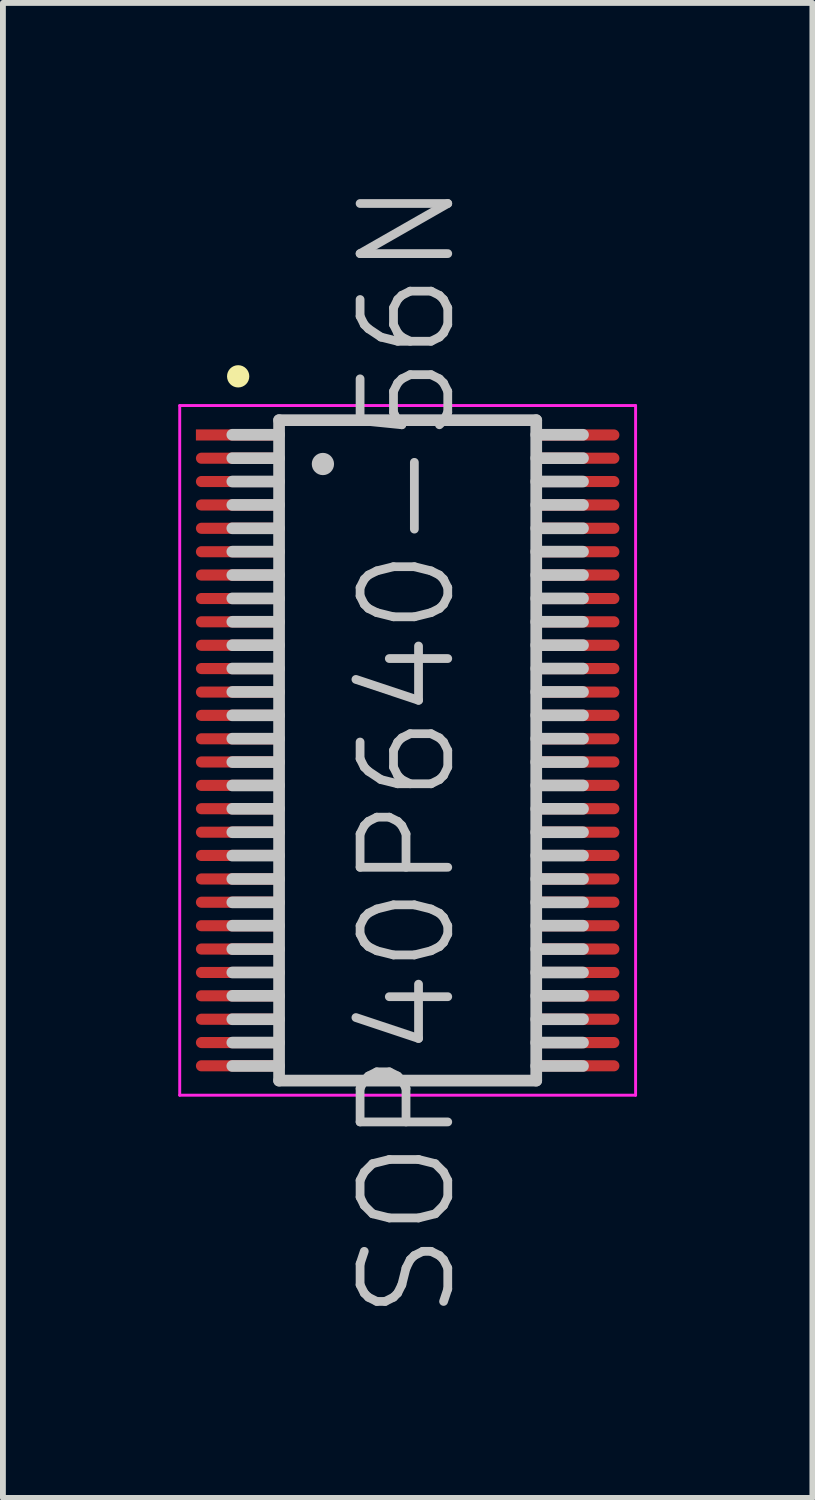
<source format=kicad_pcb>
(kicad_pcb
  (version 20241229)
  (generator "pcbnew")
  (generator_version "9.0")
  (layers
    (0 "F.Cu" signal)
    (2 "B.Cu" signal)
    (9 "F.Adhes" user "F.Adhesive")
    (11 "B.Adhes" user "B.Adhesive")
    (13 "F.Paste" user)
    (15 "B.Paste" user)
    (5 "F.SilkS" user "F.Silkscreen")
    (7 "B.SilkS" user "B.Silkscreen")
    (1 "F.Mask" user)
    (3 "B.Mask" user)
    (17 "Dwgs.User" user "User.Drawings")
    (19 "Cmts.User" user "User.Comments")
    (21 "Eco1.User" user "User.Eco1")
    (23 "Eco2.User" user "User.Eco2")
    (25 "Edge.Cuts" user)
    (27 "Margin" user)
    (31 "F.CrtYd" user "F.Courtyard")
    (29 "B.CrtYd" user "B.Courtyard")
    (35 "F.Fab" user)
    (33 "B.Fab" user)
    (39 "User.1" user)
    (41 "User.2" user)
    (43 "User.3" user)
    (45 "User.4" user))
  (footprint "SOP40P640-56N"
    (layer "F.Cu")
    (at 3.925 9.789)
    (property "Reference" "SOP40P640-56N" (at 0 0 90) (layer "Dwgs.User") (effects (font (size 1.5 1.5) (thickness 0.15))))
    (attr smd)
    (fp_line (start -2.9 -6.4) (end -2.9 -6.4) (stroke (width 0.381) (type solid)) (layer "F.SilkS"))
    (fp_line (start -2.2 -5.65) (end -2.2 5.65) (stroke (width 0.2) (type solid)) (layer "Dwgs.User"))
    (fp_line (start -2.2 -5.65) (end 2.2 -5.65) (stroke (width 0.2) (type solid)) (layer "Dwgs.User"))
    (fp_line (start -2.2 -5.4) (end -3 -5.4) (stroke (width 0.2) (type solid)) (layer "Dwgs.User"))
    (fp_line (start -2.2 -5) (end -3 -5) (stroke (width 0.2) (type solid)) (layer "Dwgs.User"))
    (fp_line (start -2.2 -4.6) (end -3 -4.6) (stroke (width 0.2) (type solid)) (layer "Dwgs.User"))
    (fp_line (start -2.2 -4.2) (end -3 -4.2) (stroke (width 0.2) (type solid)) (layer "Dwgs.User"))
    (fp_line (start -2.2 -3.8) (end -3 -3.8) (stroke (width 0.2) (type solid)) (layer "Dwgs.User"))
    (fp_line (start -2.2 -3.4) (end -3 -3.4) (stroke (width 0.2) (type solid)) (layer "Dwgs.User"))
    (fp_line (start -2.2 -3) (end -3 -3) (stroke (width 0.2) (type solid)) (layer "Dwgs.User"))
    (fp_line (start -2.2 -2.6) (end -3 -2.6) (stroke (width 0.2) (type solid)) (layer "Dwgs.User"))
    (fp_line (start -2.2 -2.2) (end -3 -2.2) (stroke (width 0.2) (type solid)) (layer "Dwgs.User"))
    (fp_line (start -2.2 -1.8) (end -3 -1.8) (stroke (width 0.2) (type solid)) (layer "Dwgs.User"))
    (fp_line (start -2.2 -1.4) (end -3 -1.4) (stroke (width 0.2) (type solid)) (layer "Dwgs.User"))
    (fp_line (start -2.2 -1) (end -3 -1) (stroke (width 0.2) (type solid)) (layer "Dwgs.User"))
    (fp_line (start -2.2 -0.6) (end -3 -0.6) (stroke (width 0.2) (type solid)) (layer "Dwgs.User"))
    (fp_line (start -2.2 -0.2) (end -3 -0.2) (stroke (width 0.2) (type solid)) (layer "Dwgs.User"))
    (fp_line (start -2.2 0.2) (end -3 0.2) (stroke (width 0.2) (type solid)) (layer "Dwgs.User"))
    (fp_line (start -2.2 0.6) (end -3 0.6) (stroke (width 0.2) (type solid)) (layer "Dwgs.User"))
    (fp_line (start -2.2 1) (end -3 1) (stroke (width 0.2) (type solid)) (layer "Dwgs.User"))
    (fp_line (start -2.2 1.4) (end -3 1.4) (stroke (width 0.2) (type solid)) (layer "Dwgs.User"))
    (fp_line (start -2.2 1.8) (end -3 1.8) (stroke (width 0.2) (type solid)) (layer "Dwgs.User"))
    (fp_line (start -2.2 2.2) (end -3 2.2) (stroke (width 0.2) (type solid)) (layer "Dwgs.User"))
    (fp_line (start -2.2 2.6) (end -3 2.6) (stroke (width 0.2) (type solid)) (layer "Dwgs.User"))
    (fp_line (start -2.2 3) (end -3 3) (stroke (width 0.2) (type solid)) (layer "Dwgs.User"))
    (fp_line (start -2.2 3.4) (end -3 3.4) (stroke (width 0.2) (type solid)) (layer "Dwgs.User"))
    (fp_line (start -2.2 3.8) (end -3 3.8) (stroke (width 0.2) (type solid)) (layer "Dwgs.User"))
    (fp_line (start -2.2 4.2) (end -3 4.2) (stroke (width 0.2) (type solid)) (layer "Dwgs.User"))
    (fp_line (start -2.2 4.6) (end -3 4.6) (stroke (width 0.2) (type solid)) (layer "Dwgs.User"))
    (fp_line (start -2.2 5) (end -3 5) (stroke (width 0.2) (type solid)) (layer "Dwgs.User"))
    (fp_line (start -2.2 5.4) (end -3 5.4) (stroke (width 0.2) (type solid)) (layer "Dwgs.User"))
    (fp_line (start -2.2 5.65) (end 2.2 5.65) (stroke (width 0.2) (type solid)) (layer "Dwgs.User"))
    (fp_line (start -1.45 -4.9) (end -1.45 -4.9) (stroke (width 0.381) (type solid)) (layer "Dwgs.User"))
    (fp_line (start 2.2 -5.65) (end 2.2 5.65) (stroke (width 0.2) (type solid)) (layer "Dwgs.User"))
    (fp_line (start 3 -5.4) (end 2.2 -5.4) (stroke (width 0.2) (type solid)) (layer "Dwgs.User"))
    (fp_line (start 3 -5) (end 2.2 -5) (stroke (width 0.2) (type solid)) (layer "Dwgs.User"))
    (fp_line (start 3 -4.6) (end 2.2 -4.6) (stroke (width 0.2) (type solid)) (layer "Dwgs.User"))
    (fp_line (start 3 -4.2) (end 2.2 -4.2) (stroke (width 0.2) (type solid)) (layer "Dwgs.User"))
    (fp_line (start 3 -3.8) (end 2.2 -3.8) (stroke (width 0.2) (type solid)) (layer "Dwgs.User"))
    (fp_line (start 3 -3.4) (end 2.2 -3.4) (stroke (width 0.2) (type solid)) (layer "Dwgs.User"))
    (fp_line (start 3 -3) (end 2.2 -3) (stroke (width 0.2) (type solid)) (layer "Dwgs.User"))
    (fp_line (start 3 -2.6) (end 2.2 -2.6) (stroke (width 0.2) (type solid)) (layer "Dwgs.User"))
    (fp_line (start 3 -2.2) (end 2.2 -2.2) (stroke (width 0.2) (type solid)) (layer "Dwgs.User"))
    (fp_line (start 3 -1.8) (end 2.2 -1.8) (stroke (width 0.2) (type solid)) (layer "Dwgs.User"))
    (fp_line (start 3 -1.4) (end 2.2 -1.4) (stroke (width 0.2) (type solid)) (layer "Dwgs.User"))
    (fp_line (start 3 -1) (end 2.2 -1) (stroke (width 0.2) (type solid)) (layer "Dwgs.User"))
    (fp_line (start 3 -0.6) (end 2.2 -0.6) (stroke (width 0.2) (type solid)) (layer "Dwgs.User"))
    (fp_line (start 3 -0.2) (end 2.2 -0.2) (stroke (width 0.2) (type solid)) (layer "Dwgs.User"))
    (fp_line (start 3 0.2) (end 2.2 0.2) (stroke (width 0.2) (type solid)) (layer "Dwgs.User"))
    (fp_line (start 3 0.6) (end 2.2 0.6) (stroke (width 0.2) (type solid)) (layer "Dwgs.User"))
    (fp_line (start 3 1) (end 2.2 1) (stroke (width 0.2) (type solid)) (layer "Dwgs.User"))
    (fp_line (start 3 1.4) (end 2.2 1.4) (stroke (width 0.2) (type solid)) (layer "Dwgs.User"))
    (fp_line (start 3 1.8) (end 2.2 1.8) (stroke (width 0.2) (type solid)) (layer "Dwgs.User"))
    (fp_line (start 3 2.2) (end 2.2 2.2) (stroke (width 0.2) (type solid)) (layer "Dwgs.User"))
    (fp_line (start 3 2.6) (end 2.2 2.6) (stroke (width 0.2) (type solid)) (layer "Dwgs.User"))
    (fp_line (start 3 3) (end 2.2 3) (stroke (width 0.2) (type solid)) (layer "Dwgs.User"))
    (fp_line (start 3 3.4) (end 2.2 3.4) (stroke (width 0.2) (type solid)) (layer "Dwgs.User"))
    (fp_line (start 3 3.8) (end 2.2 3.8) (stroke (width 0.2) (type solid)) (layer "Dwgs.User"))
    (fp_line (start 3 4.2) (end 2.2 4.2) (stroke (width 0.2) (type solid)) (layer "Dwgs.User"))
    (fp_line (start 3 4.6) (end 2.2 4.6) (stroke (width 0.2) (type solid)) (layer "Dwgs.User"))
    (fp_line (start 3 5) (end 2.2 5) (stroke (width 0.2) (type solid)) (layer "Dwgs.User"))
    (fp_line (start 3 5.4) (end 2.2 5.4) (stroke (width 0.2) (type solid)) (layer "Dwgs.User"))
    (fp_line (start -3.9 -5.9) (end -3.9 5.9) (stroke (width 0.05) (type solid)) (layer "F.CrtYd"))
    (fp_line (start -3.9 -5.9) (end 3.9 -5.9) (stroke (width 0.05) (type solid)) (layer "F.CrtYd"))
    (fp_line (start -3.9 5.9) (end 3.9 5.9) (stroke (width 0.05) (type solid)) (layer "F.CrtYd"))
    (fp_line (start 3.9 -5.9) (end 3.9 5.9) (stroke (width 0.05) (type solid)) (layer "F.CrtYd"))
    (pad "1" smd rect (at -2.898 -5.397 90) (size 0.19 1.45) (layers "F.Cu" "F.Mask" "F.Paste"))
    (pad "2" smd oval (at -2.898 -4.999 90) (size 0.19 1.45) (layers "F.Cu" "F.Mask" "F.Paste"))
    (pad "3" smd oval (at -2.898 -4.6 90) (size 0.19 1.45) (layers "F.Cu" "F.Mask" "F.Paste"))
    (pad "4" smd oval (at -2.898 -4.199 90) (size 0.19 1.45) (layers "F.Cu" "F.Mask" "F.Paste"))
    (pad "5" smd oval (at -2.898 -3.8 90) (size 0.19 1.45) (layers "F.Cu" "F.Mask" "F.Paste"))
    (pad "6" smd oval (at -2.898 -3.399 90) (size 0.19 1.45) (layers "F.Cu" "F.Mask" "F.Paste"))
    (pad "7" smd oval (at -2.898 -3 90) (size 0.19 1.45) (layers "F.Cu" "F.Mask" "F.Paste"))
    (pad "8" smd oval (at -2.898 -2.598 90) (size 0.19 1.45) (layers "F.Cu" "F.Mask" "F.Paste"))
    (pad "9" smd oval (at -2.898 -2.2 90) (size 0.19 1.45) (layers "F.Cu" "F.Mask" "F.Paste"))
    (pad "10" smd oval (at -2.898 -1.798 90) (size 0.19 1.45) (layers "F.Cu" "F.Mask" "F.Paste"))
    (pad "11" smd oval (at -2.898 -1.4 90) (size 0.19 1.45) (layers "F.Cu" "F.Mask" "F.Paste"))
    (pad "12" smd oval (at -2.898 -0.998 90) (size 0.19 1.45) (layers "F.Cu" "F.Mask" "F.Paste"))
    (pad "13" smd oval (at -2.898 -0.599 90) (size 0.19 1.45) (layers "F.Cu" "F.Mask" "F.Paste"))
    (pad "14" smd oval (at -2.898 -0.198 90) (size 0.19 1.45) (layers "F.Cu" "F.Mask" "F.Paste"))
    (pad "15" smd oval (at -2.898 0.198 90) (size 0.19 1.45) (layers "F.Cu" "F.Mask" "F.Paste"))
    (pad "16" smd oval (at -2.898 0.599 90) (size 0.19 1.45) (layers "F.Cu" "F.Mask" "F.Paste"))
    (pad "17" smd oval (at -2.898 0.998 90) (size 0.19 1.45) (layers "F.Cu" "F.Mask" "F.Paste"))
    (pad "18" smd oval (at -2.898 1.4 90) (size 0.19 1.45) (layers "F.Cu" "F.Mask" "F.Paste"))
    (pad "19" smd oval (at -2.898 1.798 90) (size 0.19 1.45) (layers "F.Cu" "F.Mask" "F.Paste"))
    (pad "20" smd oval (at -2.898 2.2 90) (size 0.19 1.45) (layers "F.Cu" "F.Mask" "F.Paste"))
    (pad "21" smd oval (at -2.898 2.598 90) (size 0.19 1.45) (layers "F.Cu" "F.Mask" "F.Paste"))
    (pad "22" smd oval (at -2.898 3 90) (size 0.19 1.45) (layers "F.Cu" "F.Mask" "F.Paste"))
    (pad "23" smd oval (at -2.898 3.399 90) (size 0.19 1.45) (layers "F.Cu" "F.Mask" "F.Paste"))
    (pad "24" smd oval (at -2.898 3.8 90) (size 0.19 1.45) (layers "F.Cu" "F.Mask" "F.Paste"))
    (pad "25" smd oval (at -2.898 4.199 90) (size 0.19 1.45) (layers "F.Cu" "F.Mask" "F.Paste"))
    (pad "26" smd oval (at -2.898 4.6 90) (size 0.19 1.45) (layers "F.Cu" "F.Mask" "F.Paste"))
    (pad "27" smd oval (at -2.898 4.999 90) (size 0.19 1.45) (layers "F.Cu" "F.Mask" "F.Paste"))
    (pad "28" smd oval (at -2.898 5.397 90) (size 0.19 1.45) (layers "F.Cu" "F.Mask" "F.Paste"))
    (pad "29" smd oval (at 2.898 5.397 270) (size 0.19 1.45) (layers "F.Cu" "F.Mask" "F.Paste"))
    (pad "30" smd oval (at 2.898 4.999 270) (size 0.19 1.45) (layers "F.Cu" "F.Mask" "F.Paste"))
    (pad "31" smd oval (at 2.898 4.6 270) (size 0.19 1.45) (layers "F.Cu" "F.Mask" "F.Paste"))
    (pad "32" smd oval (at 2.898 4.199 270) (size 0.19 1.45) (layers "F.Cu" "F.Mask" "F.Paste"))
    (pad "33" smd oval (at 2.898 3.8 270) (size 0.19 1.45) (layers "F.Cu" "F.Mask" "F.Paste"))
    (pad "34" smd oval (at 2.898 3.399 270) (size 0.19 1.45) (layers "F.Cu" "F.Mask" "F.Paste"))
    (pad "35" smd oval (at 2.898 3 270) (size 0.19 1.45) (layers "F.Cu" "F.Mask" "F.Paste"))
    (pad "36" smd oval (at 2.898 2.598 270) (size 0.19 1.45) (layers "F.Cu" "F.Mask" "F.Paste"))
    (pad "37" smd oval (at 2.898 2.2 270) (size 0.19 1.45) (layers "F.Cu" "F.Mask" "F.Paste"))
    (pad "38" smd oval (at 2.898 1.798 270) (size 0.19 1.45) (layers "F.Cu" "F.Mask" "F.Paste"))
    (pad "39" smd oval (at 2.898 1.4 270) (size 0.19 1.45) (layers "F.Cu" "F.Mask" "F.Paste"))
    (pad "40" smd oval (at 2.898 0.998 270) (size 0.19 1.45) (layers "F.Cu" "F.Mask" "F.Paste"))
    (pad "41" smd oval (at 2.898 0.599 270) (size 0.19 1.45) (layers "F.Cu" "F.Mask" "F.Paste"))
    (pad "42" smd oval (at 2.898 0.198 270) (size 0.19 1.45) (layers "F.Cu" "F.Mask" "F.Paste"))
    (pad "43" smd oval (at 2.898 -0.198 270) (size 0.19 1.45) (layers "F.Cu" "F.Mask" "F.Paste"))
    (pad "44" smd oval (at 2.898 -0.599 270) (size 0.19 1.45) (layers "F.Cu" "F.Mask" "F.Paste"))
    (pad "45" smd oval (at 2.898 -0.998 270) (size 0.19 1.45) (layers "F.Cu" "F.Mask" "F.Paste"))
    (pad "46" smd oval (at 2.898 -1.4 270) (size 0.19 1.45) (layers "F.Cu" "F.Mask" "F.Paste"))
    (pad "47" smd oval (at 2.898 -1.798 270) (size 0.19 1.45) (layers "F.Cu" "F.Mask" "F.Paste"))
    (pad "48" smd oval (at 2.898 -2.2 270) (size 0.19 1.45) (layers "F.Cu" "F.Mask" "F.Paste"))
    (pad "49" smd oval (at 2.898 -2.598 270) (size 0.19 1.45) (layers "F.Cu" "F.Mask" "F.Paste"))
    (pad "50" smd oval (at 2.898 -3 270) (size 0.19 1.45) (layers "F.Cu" "F.Mask" "F.Paste"))
    (pad "51" smd oval (at 2.898 -3.399 270) (size 0.19 1.45) (layers "F.Cu" "F.Mask" "F.Paste"))
    (pad "52" smd oval (at 2.898 -3.8 270) (size 0.19 1.45) (layers "F.Cu" "F.Mask" "F.Paste"))
    (pad "53" smd oval (at 2.898 -4.199 270) (size 0.19 1.45) (layers "F.Cu" "F.Mask" "F.Paste"))
    (pad "54" smd oval (at 2.898 -4.6 270) (size 0.19 1.45) (layers "F.Cu" "F.Mask" "F.Paste"))
    (pad "55" smd oval (at 2.898 -4.999 270) (size 0.19 1.45) (layers "F.Cu" "F.Mask" "F.Paste"))
    (pad "56" smd oval (at 2.898 -5.397 270) (size 0.19 1.45) (layers "F.Cu" "F.Mask" "F.Paste")))
  (gr_rect
    (start -3 -3)
    (end 10.85 22.579)
    (stroke (width 0.1) (type default))
    (fill no)
    (layer "Edge.Cuts")))
</source>
